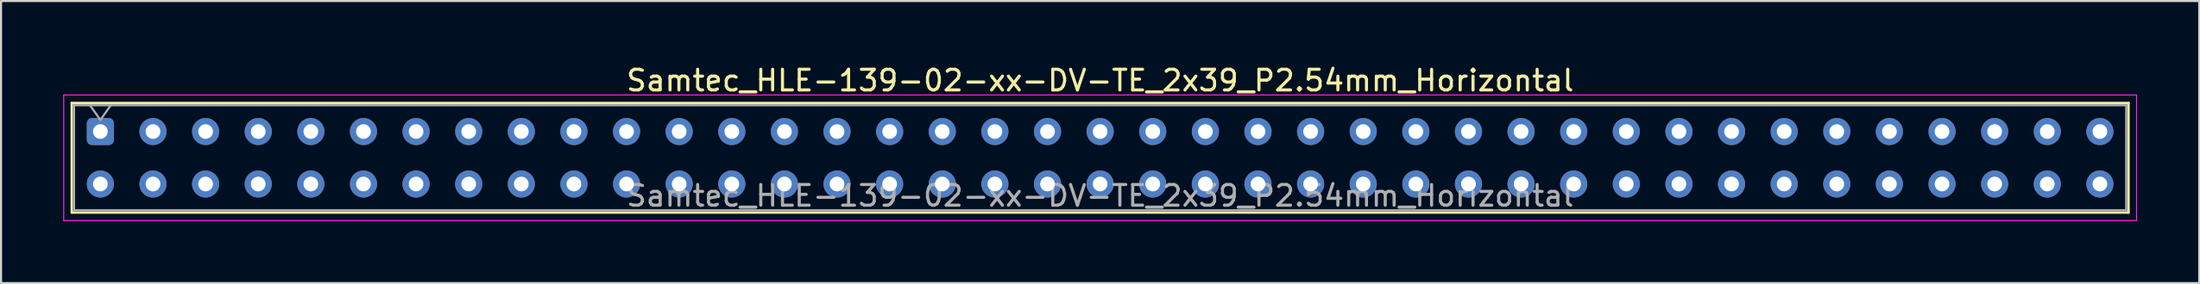
<source format=kicad_pcb>
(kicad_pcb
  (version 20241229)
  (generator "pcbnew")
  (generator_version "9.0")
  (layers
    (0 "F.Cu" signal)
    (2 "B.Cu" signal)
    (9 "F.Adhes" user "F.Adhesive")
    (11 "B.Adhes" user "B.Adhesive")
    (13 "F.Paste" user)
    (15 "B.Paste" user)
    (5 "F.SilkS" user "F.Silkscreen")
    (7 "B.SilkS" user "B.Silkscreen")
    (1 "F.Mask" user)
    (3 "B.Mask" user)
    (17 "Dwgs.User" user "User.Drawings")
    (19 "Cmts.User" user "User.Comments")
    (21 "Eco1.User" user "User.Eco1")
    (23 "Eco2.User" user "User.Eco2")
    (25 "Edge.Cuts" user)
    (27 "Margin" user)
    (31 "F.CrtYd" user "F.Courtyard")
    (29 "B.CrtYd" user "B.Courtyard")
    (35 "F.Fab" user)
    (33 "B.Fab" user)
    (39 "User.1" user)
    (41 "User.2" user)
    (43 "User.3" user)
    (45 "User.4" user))
  (footprint "Samtec_HLE-139-02-xx-DV-TE_2x39_P2.54mm_Horizontal"
    (layer "F.Cu")
    (at 1.795 3.318)
    (property "Reference" "Samtec_HLE-139-02-xx-DV-TE_2x39_P2.54mm_Horizontal" (at 48.26 -2.47 0) (layer "F.SilkS") (effects (font (size 1 1) (thickness 0.15))))
    (attr through_hole)
    (fp_line (start -1.38 -1.38) (end 97.9 -1.38) (stroke (width 0.12) (type solid)) (layer "F.SilkS"))
    (fp_line (start -1.38 3.92) (end -1.38 -1.38) (stroke (width 0.12) (type solid)) (layer "F.SilkS"))
    (fp_line (start 97.9 -1.38) (end 97.9 3.92) (stroke (width 0.12) (type solid)) (layer "F.SilkS"))
    (fp_line (start 97.9 3.92) (end -1.38 3.92) (stroke (width 0.12) (type solid)) (layer "F.SilkS"))
    (fp_line (start -1.77 -1.77) (end 98.29 -1.77) (stroke (width 0.05) (type solid)) (layer "F.CrtYd"))
    (fp_line (start -1.77 4.31) (end -1.77 -1.77) (stroke (width 0.05) (type solid)) (layer "F.CrtYd"))
    (fp_line (start 98.29 -1.77) (end 98.29 4.31) (stroke (width 0.05) (type solid)) (layer "F.CrtYd"))
    (fp_line (start 98.29 4.31) (end -1.77 4.31) (stroke (width 0.05) (type solid)) (layer "F.CrtYd"))
    (fp_line (start -1.27 -1.27) (end 97.79 -1.27) (stroke (width 0.1) (type solid)) (layer "F.Fab"))
    (fp_line (start -1.27 3.81) (end -1.27 -1.27) (stroke (width 0.1) (type solid)) (layer "F.Fab"))
    (fp_line (start -0.5 -1.27) (end 0 -0.563) (stroke (width 0.1) (type solid)) (layer "F.Fab"))
    (fp_line (start 0 -0.563) (end 0.5 -1.27) (stroke (width 0.1) (type solid)) (layer "F.Fab"))
    (fp_line (start 97.79 -1.27) (end 97.79 3.81) (stroke (width 0.1) (type solid)) (layer "F.Fab"))
    (fp_line (start 97.79 3.81) (end -1.27 3.81) (stroke (width 0.1) (type solid)) (layer "F.Fab"))
    (fp_text user "${REFERENCE}" (at 48.26 3.11 0) (layer "F.Fab") (effects (font (size 1 1) (thickness 0.15))))
    (pad "1" thru_hole roundrect (at 0 0) (size 1.31 1.31) (drill 0.71) (layers "*.Cu" "*.Mask") (roundrect_rratio 0.191))
    (pad "2" thru_hole circle (at 0 2.54) (size 1.31 1.31) (drill 0.71) (layers "*.Cu" "*.Mask"))
    (pad "3" thru_hole circle (at 2.54 0) (size 1.31 1.31) (drill 0.71) (layers "*.Cu" "*.Mask"))
    (pad "4" thru_hole circle (at 2.54 2.54) (size 1.31 1.31) (drill 0.71) (layers "*.Cu" "*.Mask"))
    (pad "5" thru_hole circle (at 5.08 0) (size 1.31 1.31) (drill 0.71) (layers "*.Cu" "*.Mask"))
    (pad "6" thru_hole circle (at 5.08 2.54) (size 1.31 1.31) (drill 0.71) (layers "*.Cu" "*.Mask"))
    (pad "7" thru_hole circle (at 7.62 0) (size 1.31 1.31) (drill 0.71) (layers "*.Cu" "*.Mask"))
    (pad "8" thru_hole circle (at 7.62 2.54) (size 1.31 1.31) (drill 0.71) (layers "*.Cu" "*.Mask"))
    (pad "9" thru_hole circle (at 10.16 0) (size 1.31 1.31) (drill 0.71) (layers "*.Cu" "*.Mask"))
    (pad "10" thru_hole circle (at 10.16 2.54) (size 1.31 1.31) (drill 0.71) (layers "*.Cu" "*.Mask"))
    (pad "11" thru_hole circle (at 12.7 0) (size 1.31 1.31) (drill 0.71) (layers "*.Cu" "*.Mask"))
    (pad "12" thru_hole circle (at 12.7 2.54) (size 1.31 1.31) (drill 0.71) (layers "*.Cu" "*.Mask"))
    (pad "13" thru_hole circle (at 15.24 0) (size 1.31 1.31) (drill 0.71) (layers "*.Cu" "*.Mask"))
    (pad "14" thru_hole circle (at 15.24 2.54) (size 1.31 1.31) (drill 0.71) (layers "*.Cu" "*.Mask"))
    (pad "15" thru_hole circle (at 17.78 0) (size 1.31 1.31) (drill 0.71) (layers "*.Cu" "*.Mask"))
    (pad "16" thru_hole circle (at 17.78 2.54) (size 1.31 1.31) (drill 0.71) (layers "*.Cu" "*.Mask"))
    (pad "17" thru_hole circle (at 20.32 0) (size 1.31 1.31) (drill 0.71) (layers "*.Cu" "*.Mask"))
    (pad "18" thru_hole circle (at 20.32 2.54) (size 1.31 1.31) (drill 0.71) (layers "*.Cu" "*.Mask"))
    (pad "19" thru_hole circle (at 22.86 0) (size 1.31 1.31) (drill 0.71) (layers "*.Cu" "*.Mask"))
    (pad "20" thru_hole circle (at 22.86 2.54) (size 1.31 1.31) (drill 0.71) (layers "*.Cu" "*.Mask"))
    (pad "21" thru_hole circle (at 25.4 0) (size 1.31 1.31) (drill 0.71) (layers "*.Cu" "*.Mask"))
    (pad "22" thru_hole circle (at 25.4 2.54) (size 1.31 1.31) (drill 0.71) (layers "*.Cu" "*.Mask"))
    (pad "23" thru_hole circle (at 27.94 0) (size 1.31 1.31) (drill 0.71) (layers "*.Cu" "*.Mask"))
    (pad "24" thru_hole circle (at 27.94 2.54) (size 1.31 1.31) (drill 0.71) (layers "*.Cu" "*.Mask"))
    (pad "25" thru_hole circle (at 30.48 0) (size 1.31 1.31) (drill 0.71) (layers "*.Cu" "*.Mask"))
    (pad "26" thru_hole circle (at 30.48 2.54) (size 1.31 1.31) (drill 0.71) (layers "*.Cu" "*.Mask"))
    (pad "27" thru_hole circle (at 33.02 0) (size 1.31 1.31) (drill 0.71) (layers "*.Cu" "*.Mask"))
    (pad "28" thru_hole circle (at 33.02 2.54) (size 1.31 1.31) (drill 0.71) (layers "*.Cu" "*.Mask"))
    (pad "29" thru_hole circle (at 35.56 0) (size 1.31 1.31) (drill 0.71) (layers "*.Cu" "*.Mask"))
    (pad "30" thru_hole circle (at 35.56 2.54) (size 1.31 1.31) (drill 0.71) (layers "*.Cu" "*.Mask"))
    (pad "31" thru_hole circle (at 38.1 0) (size 1.31 1.31) (drill 0.71) (layers "*.Cu" "*.Mask"))
    (pad "32" thru_hole circle (at 38.1 2.54) (size 1.31 1.31) (drill 0.71) (layers "*.Cu" "*.Mask"))
    (pad "33" thru_hole circle (at 40.64 0) (size 1.31 1.31) (drill 0.71) (layers "*.Cu" "*.Mask"))
    (pad "34" thru_hole circle (at 40.64 2.54) (size 1.31 1.31) (drill 0.71) (layers "*.Cu" "*.Mask"))
    (pad "35" thru_hole circle (at 43.18 0) (size 1.31 1.31) (drill 0.71) (layers "*.Cu" "*.Mask"))
    (pad "36" thru_hole circle (at 43.18 2.54) (size 1.31 1.31) (drill 0.71) (layers "*.Cu" "*.Mask"))
    (pad "37" thru_hole circle (at 45.72 0) (size 1.31 1.31) (drill 0.71) (layers "*.Cu" "*.Mask"))
    (pad "38" thru_hole circle (at 45.72 2.54) (size 1.31 1.31) (drill 0.71) (layers "*.Cu" "*.Mask"))
    (pad "39" thru_hole circle (at 48.26 0) (size 1.31 1.31) (drill 0.71) (layers "*.Cu" "*.Mask"))
    (pad "40" thru_hole circle (at 48.26 2.54) (size 1.31 1.31) (drill 0.71) (layers "*.Cu" "*.Mask"))
    (pad "41" thru_hole circle (at 50.8 0) (size 1.31 1.31) (drill 0.71) (layers "*.Cu" "*.Mask"))
    (pad "42" thru_hole circle (at 50.8 2.54) (size 1.31 1.31) (drill 0.71) (layers "*.Cu" "*.Mask"))
    (pad "43" thru_hole circle (at 53.34 0) (size 1.31 1.31) (drill 0.71) (layers "*.Cu" "*.Mask"))
    (pad "44" thru_hole circle (at 53.34 2.54) (size 1.31 1.31) (drill 0.71) (layers "*.Cu" "*.Mask"))
    (pad "45" thru_hole circle (at 55.88 0) (size 1.31 1.31) (drill 0.71) (layers "*.Cu" "*.Mask"))
    (pad "46" thru_hole circle (at 55.88 2.54) (size 1.31 1.31) (drill 0.71) (layers "*.Cu" "*.Mask"))
    (pad "47" thru_hole circle (at 58.42 0) (size 1.31 1.31) (drill 0.71) (layers "*.Cu" "*.Mask"))
    (pad "48" thru_hole circle (at 58.42 2.54) (size 1.31 1.31) (drill 0.71) (layers "*.Cu" "*.Mask"))
    (pad "49" thru_hole circle (at 60.96 0) (size 1.31 1.31) (drill 0.71) (layers "*.Cu" "*.Mask"))
    (pad "50" thru_hole circle (at 60.96 2.54) (size 1.31 1.31) (drill 0.71) (layers "*.Cu" "*.Mask"))
    (pad "51" thru_hole circle (at 63.5 0) (size 1.31 1.31) (drill 0.71) (layers "*.Cu" "*.Mask"))
    (pad "52" thru_hole circle (at 63.5 2.54) (size 1.31 1.31) (drill 0.71) (layers "*.Cu" "*.Mask"))
    (pad "53" thru_hole circle (at 66.04 0) (size 1.31 1.31) (drill 0.71) (layers "*.Cu" "*.Mask"))
    (pad "54" thru_hole circle (at 66.04 2.54) (size 1.31 1.31) (drill 0.71) (layers "*.Cu" "*.Mask"))
    (pad "55" thru_hole circle (at 68.58 0) (size 1.31 1.31) (drill 0.71) (layers "*.Cu" "*.Mask"))
    (pad "56" thru_hole circle (at 68.58 2.54) (size 1.31 1.31) (drill 0.71) (layers "*.Cu" "*.Mask"))
    (pad "57" thru_hole circle (at 71.12 0) (size 1.31 1.31) (drill 0.71) (layers "*.Cu" "*.Mask"))
    (pad "58" thru_hole circle (at 71.12 2.54) (size 1.31 1.31) (drill 0.71) (layers "*.Cu" "*.Mask"))
    (pad "59" thru_hole circle (at 73.66 0) (size 1.31 1.31) (drill 0.71) (layers "*.Cu" "*.Mask"))
    (pad "60" thru_hole circle (at 73.66 2.54) (size 1.31 1.31) (drill 0.71) (layers "*.Cu" "*.Mask"))
    (pad "61" thru_hole circle (at 76.2 0) (size 1.31 1.31) (drill 0.71) (layers "*.Cu" "*.Mask"))
    (pad "62" thru_hole circle (at 76.2 2.54) (size 1.31 1.31) (drill 0.71) (layers "*.Cu" "*.Mask"))
    (pad "63" thru_hole circle (at 78.74 0) (size 1.31 1.31) (drill 0.71) (layers "*.Cu" "*.Mask"))
    (pad "64" thru_hole circle (at 78.74 2.54) (size 1.31 1.31) (drill 0.71) (layers "*.Cu" "*.Mask"))
    (pad "65" thru_hole circle (at 81.28 0) (size 1.31 1.31) (drill 0.71) (layers "*.Cu" "*.Mask"))
    (pad "66" thru_hole circle (at 81.28 2.54) (size 1.31 1.31) (drill 0.71) (layers "*.Cu" "*.Mask"))
    (pad "67" thru_hole circle (at 83.82 0) (size 1.31 1.31) (drill 0.71) (layers "*.Cu" "*.Mask"))
    (pad "68" thru_hole circle (at 83.82 2.54) (size 1.31 1.31) (drill 0.71) (layers "*.Cu" "*.Mask"))
    (pad "69" thru_hole circle (at 86.36 0) (size 1.31 1.31) (drill 0.71) (layers "*.Cu" "*.Mask"))
    (pad "70" thru_hole circle (at 86.36 2.54) (size 1.31 1.31) (drill 0.71) (layers "*.Cu" "*.Mask"))
    (pad "71" thru_hole circle (at 88.9 0) (size 1.31 1.31) (drill 0.71) (layers "*.Cu" "*.Mask"))
    (pad "72" thru_hole circle (at 88.9 2.54) (size 1.31 1.31) (drill 0.71) (layers "*.Cu" "*.Mask"))
    (pad "73" thru_hole circle (at 91.44 0) (size 1.31 1.31) (drill 0.71) (layers "*.Cu" "*.Mask"))
    (pad "74" thru_hole circle (at 91.44 2.54) (size 1.31 1.31) (drill 0.71) (layers "*.Cu" "*.Mask"))
    (pad "75" thru_hole circle (at 93.98 0) (size 1.31 1.31) (drill 0.71) (layers "*.Cu" "*.Mask"))
    (pad "76" thru_hole circle (at 93.98 2.54) (size 1.31 1.31) (drill 0.71) (layers "*.Cu" "*.Mask"))
    (pad "77" thru_hole circle (at 96.52 0) (size 1.31 1.31) (drill 0.71) (layers "*.Cu" "*.Mask"))
    (pad "78" thru_hole circle (at 96.52 2.54) (size 1.31 1.31) (drill 0.71) (layers "*.Cu" "*.Mask")))
  (gr_rect
    (start -3 -3)
    (end 103.11 10.653)
    (stroke (width 0.1) (type default))
    (fill no)
    (layer "Edge.Cuts")))
</source>
